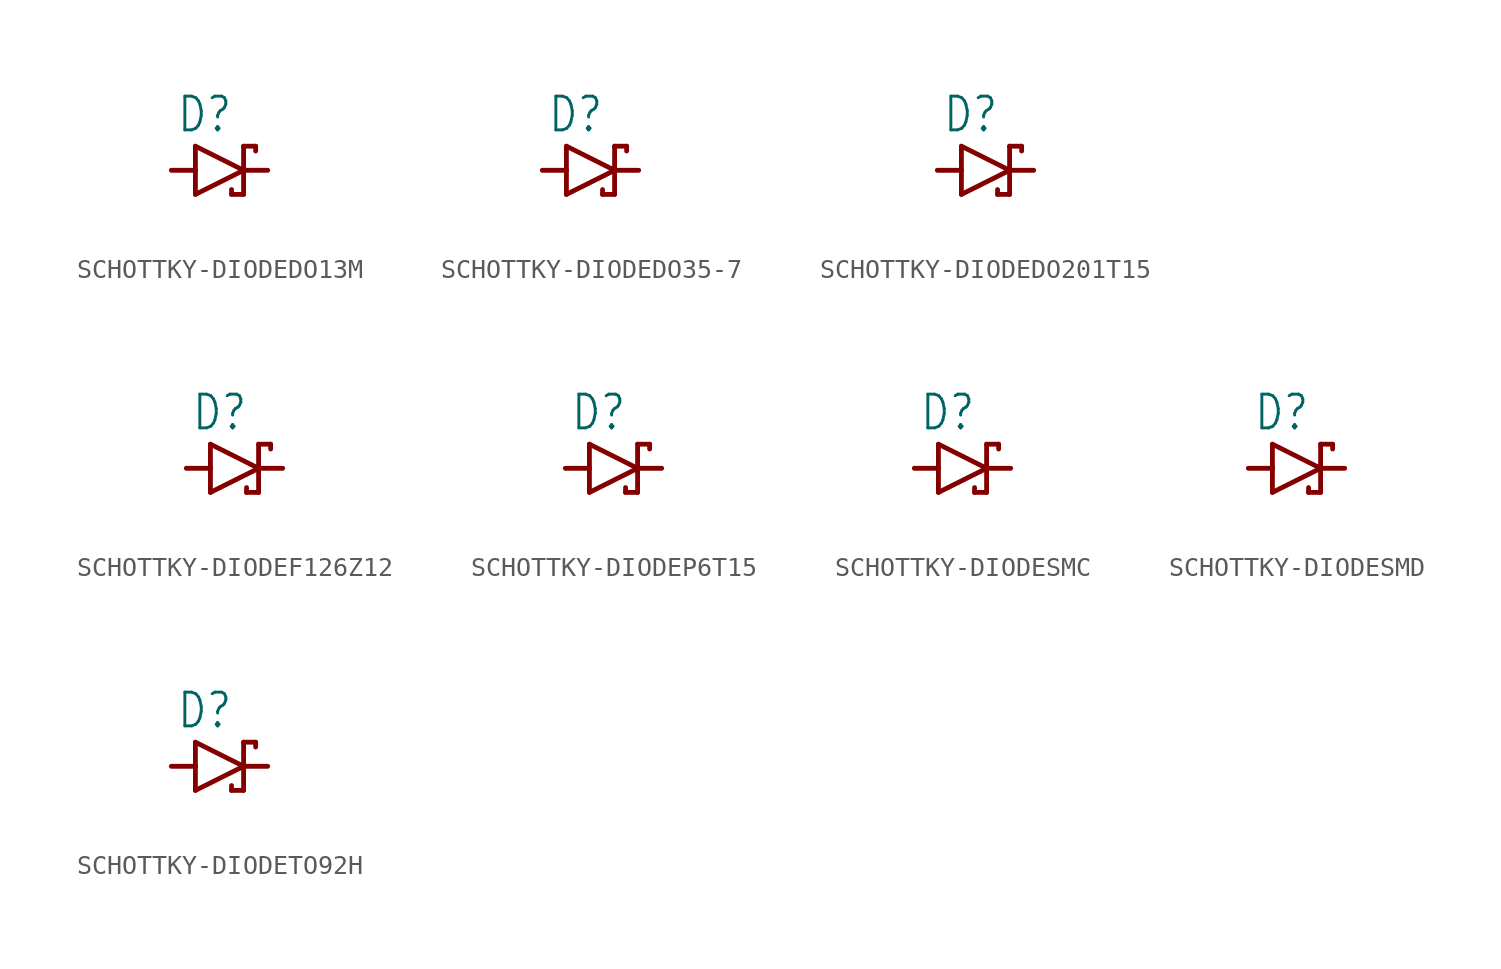
<source format=kicad_sym>
(kicad_symbol_lib
  (version 20220914)
  (generator kicad_symbol_editor)
  (symbol "SCHOTTKY-DIODEDO13M"
    (property "Reference" "D"
      (at -2.286 1.905 0)
      (effects (font (size 1.778 1.511)) (justify left bottom)))
    (property "Value" ""
      (at -2.286 -3.429 0)
      (effects (font (size 1.778 1.511)) (justify left bottom)))
    (property "ki_locked" ""
      (at 0 0 0)
      (effects (font (size 1.27 1.27))))
    (symbol "SCHOTTKY-DIODEDO13M_1_0"
      (polyline (pts (xy -1.27 -1.27) (xy 1.27 0)) (stroke (width 0.254) (type solid)) (fill (type none)))
      (polyline (pts (xy -1.27 0) (xy -2.54 0)) (stroke (width 0.254) (type solid)) (fill (type none)))
      (polyline (pts (xy -1.27 0) (xy -1.27 -1.27)) (stroke (width 0.254) (type solid)) (fill (type none)))
      (polyline (pts (xy -1.27 1.27) (xy -1.27 0)) (stroke (width 0.254) (type solid)) (fill (type none)))
      (polyline (pts (xy 0.635 -1.016) (xy 0.635 -1.27)) (stroke (width 0.254) (type solid)) (fill (type none)))
      (polyline (pts (xy 1.27 -1.27) (xy 0.635 -1.27)) (stroke (width 0.254) (type solid)) (fill (type none)))
      (polyline (pts (xy 1.27 0) (xy -1.27 1.27)) (stroke (width 0.254) (type solid)) (fill (type none)))
      (polyline (pts (xy 1.27 0) (xy 1.27 -1.27)) (stroke (width 0.254) (type solid)) (fill (type none)))
      (polyline (pts (xy 1.27 0) (xy 2.54 0)) (stroke (width 0.254) (type solid)) (fill (type none)))
      (polyline (pts (xy 1.27 1.27) (xy 1.27 0)) (stroke (width 0.254) (type solid)) (fill (type none)))
      (polyline (pts (xy 1.905 1.27) (xy 1.27 1.27)) (stroke (width 0.254) (type solid)) (fill (type none)))
      (polyline (pts (xy 1.905 1.27) (xy 1.905 1.016)) (stroke (width 0.254) (type solid)) (fill (type none)))
      (pin passive line (at -2.54 0 0) (length 0) (name "A" (effects (font (size 0 0)))) (number "A" (effects (font (size 0 0)))))
      (pin passive line (at 2.54 0 180) (length 0) (name "C" (effects (font (size 0 0)))) (number "C" (effects (font (size 0 0)))))))
  (symbol "SCHOTTKY-DIODEDO35-7"
    (property "Reference" "D"
      (at -2.286 1.905 0)
      (effects (font (size 1.778 1.511)) (justify left bottom)))
    (property "Value" ""
      (at -2.286 -3.429 0)
      (effects (font (size 1.778 1.511)) (justify left bottom)))
    (property "ki_locked" ""
      (at 0 0 0)
      (effects (font (size 1.27 1.27))))
    (symbol "SCHOTTKY-DIODEDO35-7_1_0"
      (polyline (pts (xy -1.27 -1.27) (xy 1.27 0)) (stroke (width 0.254) (type solid)) (fill (type none)))
      (polyline (pts (xy -1.27 0) (xy -2.54 0)) (stroke (width 0.254) (type solid)) (fill (type none)))
      (polyline (pts (xy -1.27 0) (xy -1.27 -1.27)) (stroke (width 0.254) (type solid)) (fill (type none)))
      (polyline (pts (xy -1.27 1.27) (xy -1.27 0)) (stroke (width 0.254) (type solid)) (fill (type none)))
      (polyline (pts (xy 0.635 -1.016) (xy 0.635 -1.27)) (stroke (width 0.254) (type solid)) (fill (type none)))
      (polyline (pts (xy 1.27 -1.27) (xy 0.635 -1.27)) (stroke (width 0.254) (type solid)) (fill (type none)))
      (polyline (pts (xy 1.27 0) (xy -1.27 1.27)) (stroke (width 0.254) (type solid)) (fill (type none)))
      (polyline (pts (xy 1.27 0) (xy 1.27 -1.27)) (stroke (width 0.254) (type solid)) (fill (type none)))
      (polyline (pts (xy 1.27 0) (xy 2.54 0)) (stroke (width 0.254) (type solid)) (fill (type none)))
      (polyline (pts (xy 1.27 1.27) (xy 1.27 0)) (stroke (width 0.254) (type solid)) (fill (type none)))
      (polyline (pts (xy 1.905 1.27) (xy 1.27 1.27)) (stroke (width 0.254) (type solid)) (fill (type none)))
      (polyline (pts (xy 1.905 1.27) (xy 1.905 1.016)) (stroke (width 0.254) (type solid)) (fill (type none)))
      (pin passive line (at -2.54 0 0) (length 0) (name "A" (effects (font (size 0 0)))) (number "A" (effects (font (size 0 0)))))
      (pin passive line (at 2.54 0 180) (length 0) (name "C" (effects (font (size 0 0)))) (number "C" (effects (font (size 0 0)))))))
  (symbol "SCHOTTKY-DIODEDO201T15"
    (property "Reference" "D"
      (at -2.286 1.905 0)
      (effects (font (size 1.778 1.511)) (justify left bottom)))
    (property "Value" ""
      (at -2.286 -3.429 0)
      (effects (font (size 1.778 1.511)) (justify left bottom)))
    (property "ki_locked" ""
      (at 0 0 0)
      (effects (font (size 1.27 1.27))))
    (symbol "SCHOTTKY-DIODEDO201T15_1_0"
      (polyline (pts (xy -1.27 -1.27) (xy 1.27 0)) (stroke (width 0.254) (type solid)) (fill (type none)))
      (polyline (pts (xy -1.27 0) (xy -2.54 0)) (stroke (width 0.254) (type solid)) (fill (type none)))
      (polyline (pts (xy -1.27 0) (xy -1.27 -1.27)) (stroke (width 0.254) (type solid)) (fill (type none)))
      (polyline (pts (xy -1.27 1.27) (xy -1.27 0)) (stroke (width 0.254) (type solid)) (fill (type none)))
      (polyline (pts (xy 0.635 -1.016) (xy 0.635 -1.27)) (stroke (width 0.254) (type solid)) (fill (type none)))
      (polyline (pts (xy 1.27 -1.27) (xy 0.635 -1.27)) (stroke (width 0.254) (type solid)) (fill (type none)))
      (polyline (pts (xy 1.27 0) (xy -1.27 1.27)) (stroke (width 0.254) (type solid)) (fill (type none)))
      (polyline (pts (xy 1.27 0) (xy 1.27 -1.27)) (stroke (width 0.254) (type solid)) (fill (type none)))
      (polyline (pts (xy 1.27 0) (xy 2.54 0)) (stroke (width 0.254) (type solid)) (fill (type none)))
      (polyline (pts (xy 1.27 1.27) (xy 1.27 0)) (stroke (width 0.254) (type solid)) (fill (type none)))
      (polyline (pts (xy 1.905 1.27) (xy 1.27 1.27)) (stroke (width 0.254) (type solid)) (fill (type none)))
      (polyline (pts (xy 1.905 1.27) (xy 1.905 1.016)) (stroke (width 0.254) (type solid)) (fill (type none)))
      (pin passive line (at -2.54 0 0) (length 0) (name "A" (effects (font (size 0 0)))) (number "A" (effects (font (size 0 0)))))
      (pin passive line (at 2.54 0 180) (length 0) (name "C" (effects (font (size 0 0)))) (number "C" (effects (font (size 0 0)))))))
  (symbol "SCHOTTKY-DIODEF126Z12"
    (property "Reference" "D"
      (at -2.286 1.905 0)
      (effects (font (size 1.778 1.511)) (justify left bottom)))
    (property "Value" ""
      (at -2.286 -3.429 0)
      (effects (font (size 1.778 1.511)) (justify left bottom)))
    (property "ki_locked" ""
      (at 0 0 0)
      (effects (font (size 1.27 1.27))))
    (symbol "SCHOTTKY-DIODEF126Z12_1_0"
      (polyline (pts (xy -1.27 -1.27) (xy 1.27 0)) (stroke (width 0.254) (type solid)) (fill (type none)))
      (polyline (pts (xy -1.27 0) (xy -2.54 0)) (stroke (width 0.254) (type solid)) (fill (type none)))
      (polyline (pts (xy -1.27 0) (xy -1.27 -1.27)) (stroke (width 0.254) (type solid)) (fill (type none)))
      (polyline (pts (xy -1.27 1.27) (xy -1.27 0)) (stroke (width 0.254) (type solid)) (fill (type none)))
      (polyline (pts (xy 0.635 -1.016) (xy 0.635 -1.27)) (stroke (width 0.254) (type solid)) (fill (type none)))
      (polyline (pts (xy 1.27 -1.27) (xy 0.635 -1.27)) (stroke (width 0.254) (type solid)) (fill (type none)))
      (polyline (pts (xy 1.27 0) (xy -1.27 1.27)) (stroke (width 0.254) (type solid)) (fill (type none)))
      (polyline (pts (xy 1.27 0) (xy 1.27 -1.27)) (stroke (width 0.254) (type solid)) (fill (type none)))
      (polyline (pts (xy 1.27 0) (xy 2.54 0)) (stroke (width 0.254) (type solid)) (fill (type none)))
      (polyline (pts (xy 1.27 1.27) (xy 1.27 0)) (stroke (width 0.254) (type solid)) (fill (type none)))
      (polyline (pts (xy 1.905 1.27) (xy 1.27 1.27)) (stroke (width 0.254) (type solid)) (fill (type none)))
      (polyline (pts (xy 1.905 1.27) (xy 1.905 1.016)) (stroke (width 0.254) (type solid)) (fill (type none)))
      (pin passive line (at -2.54 0 0) (length 0) (name "A" (effects (font (size 0 0)))) (number "A" (effects (font (size 0 0)))))
      (pin passive line (at 2.54 0 180) (length 0) (name "C" (effects (font (size 0 0)))) (number "C" (effects (font (size 0 0)))))))
  (symbol "SCHOTTKY-DIODEP6T15"
    (property "Reference" "D"
      (at -2.286 1.905 0)
      (effects (font (size 1.778 1.511)) (justify left bottom)))
    (property "Value" ""
      (at -2.286 -3.429 0)
      (effects (font (size 1.778 1.511)) (justify left bottom)))
    (property "ki_locked" ""
      (at 0 0 0)
      (effects (font (size 1.27 1.27))))
    (symbol "SCHOTTKY-DIODEP6T15_1_0"
      (polyline (pts (xy -1.27 -1.27) (xy 1.27 0)) (stroke (width 0.254) (type solid)) (fill (type none)))
      (polyline (pts (xy -1.27 0) (xy -2.54 0)) (stroke (width 0.254) (type solid)) (fill (type none)))
      (polyline (pts (xy -1.27 0) (xy -1.27 -1.27)) (stroke (width 0.254) (type solid)) (fill (type none)))
      (polyline (pts (xy -1.27 1.27) (xy -1.27 0)) (stroke (width 0.254) (type solid)) (fill (type none)))
      (polyline (pts (xy 0.635 -1.016) (xy 0.635 -1.27)) (stroke (width 0.254) (type solid)) (fill (type none)))
      (polyline (pts (xy 1.27 -1.27) (xy 0.635 -1.27)) (stroke (width 0.254) (type solid)) (fill (type none)))
      (polyline (pts (xy 1.27 0) (xy -1.27 1.27)) (stroke (width 0.254) (type solid)) (fill (type none)))
      (polyline (pts (xy 1.27 0) (xy 1.27 -1.27)) (stroke (width 0.254) (type solid)) (fill (type none)))
      (polyline (pts (xy 1.27 0) (xy 2.54 0)) (stroke (width 0.254) (type solid)) (fill (type none)))
      (polyline (pts (xy 1.27 1.27) (xy 1.27 0)) (stroke (width 0.254) (type solid)) (fill (type none)))
      (polyline (pts (xy 1.905 1.27) (xy 1.27 1.27)) (stroke (width 0.254) (type solid)) (fill (type none)))
      (polyline (pts (xy 1.905 1.27) (xy 1.905 1.016)) (stroke (width 0.254) (type solid)) (fill (type none)))
      (pin passive line (at -2.54 0 0) (length 0) (name "A" (effects (font (size 0 0)))) (number "A" (effects (font (size 0 0)))))
      (pin passive line (at 2.54 0 180) (length 0) (name "C" (effects (font (size 0 0)))) (number "C" (effects (font (size 0 0)))))))
  (symbol "SCHOTTKY-DIODESMC"
    (property "Reference" "D"
      (at -2.286 1.905 0)
      (effects (font (size 1.778 1.511)) (justify left bottom)))
    (property "Value" ""
      (at -2.286 -3.429 0)
      (effects (font (size 1.778 1.511)) (justify left bottom)))
    (property "ki_locked" ""
      (at 0 0 0)
      (effects (font (size 1.27 1.27))))
    (symbol "SCHOTTKY-DIODESMC_1_0"
      (polyline (pts (xy -1.27 -1.27) (xy 1.27 0)) (stroke (width 0.254) (type solid)) (fill (type none)))
      (polyline (pts (xy -1.27 0) (xy -2.54 0)) (stroke (width 0.254) (type solid)) (fill (type none)))
      (polyline (pts (xy -1.27 0) (xy -1.27 -1.27)) (stroke (width 0.254) (type solid)) (fill (type none)))
      (polyline (pts (xy -1.27 1.27) (xy -1.27 0)) (stroke (width 0.254) (type solid)) (fill (type none)))
      (polyline (pts (xy 0.635 -1.016) (xy 0.635 -1.27)) (stroke (width 0.254) (type solid)) (fill (type none)))
      (polyline (pts (xy 1.27 -1.27) (xy 0.635 -1.27)) (stroke (width 0.254) (type solid)) (fill (type none)))
      (polyline (pts (xy 1.27 0) (xy -1.27 1.27)) (stroke (width 0.254) (type solid)) (fill (type none)))
      (polyline (pts (xy 1.27 0) (xy 1.27 -1.27)) (stroke (width 0.254) (type solid)) (fill (type none)))
      (polyline (pts (xy 1.27 0) (xy 2.54 0)) (stroke (width 0.254) (type solid)) (fill (type none)))
      (polyline (pts (xy 1.27 1.27) (xy 1.27 0)) (stroke (width 0.254) (type solid)) (fill (type none)))
      (polyline (pts (xy 1.905 1.27) (xy 1.27 1.27)) (stroke (width 0.254) (type solid)) (fill (type none)))
      (polyline (pts (xy 1.905 1.27) (xy 1.905 1.016)) (stroke (width 0.254) (type solid)) (fill (type none)))
      (pin passive line (at -2.54 0 0) (length 0) (name "A" (effects (font (size 0 0)))) (number "A" (effects (font (size 0 0)))))
      (pin passive line (at 2.54 0 180) (length 0) (name "C" (effects (font (size 0 0)))) (number "C" (effects (font (size 0 0)))))))
  (symbol "SCHOTTKY-DIODESMD"
    (property "Reference" "D"
      (at -2.286 1.905 0)
      (effects (font (size 1.778 1.511)) (justify left bottom)))
    (property "Value" ""
      (at -2.286 -3.429 0)
      (effects (font (size 1.778 1.511)) (justify left bottom)))
    (property "ki_locked" ""
      (at 0 0 0)
      (effects (font (size 1.27 1.27))))
    (symbol "SCHOTTKY-DIODESMD_1_0"
      (polyline (pts (xy -1.27 -1.27) (xy 1.27 0)) (stroke (width 0.254) (type solid)) (fill (type none)))
      (polyline (pts (xy -1.27 0) (xy -2.54 0)) (stroke (width 0.254) (type solid)) (fill (type none)))
      (polyline (pts (xy -1.27 0) (xy -1.27 -1.27)) (stroke (width 0.254) (type solid)) (fill (type none)))
      (polyline (pts (xy -1.27 1.27) (xy -1.27 0)) (stroke (width 0.254) (type solid)) (fill (type none)))
      (polyline (pts (xy 0.635 -1.016) (xy 0.635 -1.27)) (stroke (width 0.254) (type solid)) (fill (type none)))
      (polyline (pts (xy 1.27 -1.27) (xy 0.635 -1.27)) (stroke (width 0.254) (type solid)) (fill (type none)))
      (polyline (pts (xy 1.27 0) (xy -1.27 1.27)) (stroke (width 0.254) (type solid)) (fill (type none)))
      (polyline (pts (xy 1.27 0) (xy 1.27 -1.27)) (stroke (width 0.254) (type solid)) (fill (type none)))
      (polyline (pts (xy 1.27 0) (xy 2.54 0)) (stroke (width 0.254) (type solid)) (fill (type none)))
      (polyline (pts (xy 1.27 1.27) (xy 1.27 0)) (stroke (width 0.254) (type solid)) (fill (type none)))
      (polyline (pts (xy 1.905 1.27) (xy 1.27 1.27)) (stroke (width 0.254) (type solid)) (fill (type none)))
      (polyline (pts (xy 1.905 1.27) (xy 1.905 1.016)) (stroke (width 0.254) (type solid)) (fill (type none)))
      (pin passive line (at -2.54 0 0) (length 0) (name "A" (effects (font (size 0 0)))) (number "A" (effects (font (size 0 0)))))
      (pin passive line (at 2.54 0 180) (length 0) (name "C" (effects (font (size 0 0)))) (number "C" (effects (font (size 0 0)))))))
  (symbol "SCHOTTKY-DIODETO92H"
    (property "Reference" "D"
      (at -2.286 1.905 0)
      (effects (font (size 1.778 1.511)) (justify left bottom)))
    (property "Value" ""
      (at -2.286 -3.429 0)
      (effects (font (size 1.778 1.511)) (justify left bottom)))
    (property "ki_locked" ""
      (at 0 0 0)
      (effects (font (size 1.27 1.27))))
    (symbol "SCHOTTKY-DIODETO92H_1_0"
      (polyline (pts (xy -1.27 -1.27) (xy 1.27 0)) (stroke (width 0.254) (type solid)) (fill (type none)))
      (polyline (pts (xy -1.27 0) (xy -2.54 0)) (stroke (width 0.254) (type solid)) (fill (type none)))
      (polyline (pts (xy -1.27 0) (xy -1.27 -1.27)) (stroke (width 0.254) (type solid)) (fill (type none)))
      (polyline (pts (xy -1.27 1.27) (xy -1.27 0)) (stroke (width 0.254) (type solid)) (fill (type none)))
      (polyline (pts (xy 0.635 -1.016) (xy 0.635 -1.27)) (stroke (width 0.254) (type solid)) (fill (type none)))
      (polyline (pts (xy 1.27 -1.27) (xy 0.635 -1.27)) (stroke (width 0.254) (type solid)) (fill (type none)))
      (polyline (pts (xy 1.27 0) (xy -1.27 1.27)) (stroke (width 0.254) (type solid)) (fill (type none)))
      (polyline (pts (xy 1.27 0) (xy 1.27 -1.27)) (stroke (width 0.254) (type solid)) (fill (type none)))
      (polyline (pts (xy 1.27 0) (xy 2.54 0)) (stroke (width 0.254) (type solid)) (fill (type none)))
      (polyline (pts (xy 1.27 1.27) (xy 1.27 0)) (stroke (width 0.254) (type solid)) (fill (type none)))
      (polyline (pts (xy 1.905 1.27) (xy 1.27 1.27)) (stroke (width 0.254) (type solid)) (fill (type none)))
      (polyline (pts (xy 1.905 1.27) (xy 1.905 1.016)) (stroke (width 0.254) (type solid)) (fill (type none)))
      (pin passive line (at -2.54 0 0) (length 0) (name "A" (effects (font (size 0 0)))) (number "1" (effects (font (size 0 0)))))
      (pin passive line (at 2.54 0 180) (length 0) (name "C" (effects (font (size 0 0)))) (number "2" (effects (font (size 0 0))))))))
</source>
